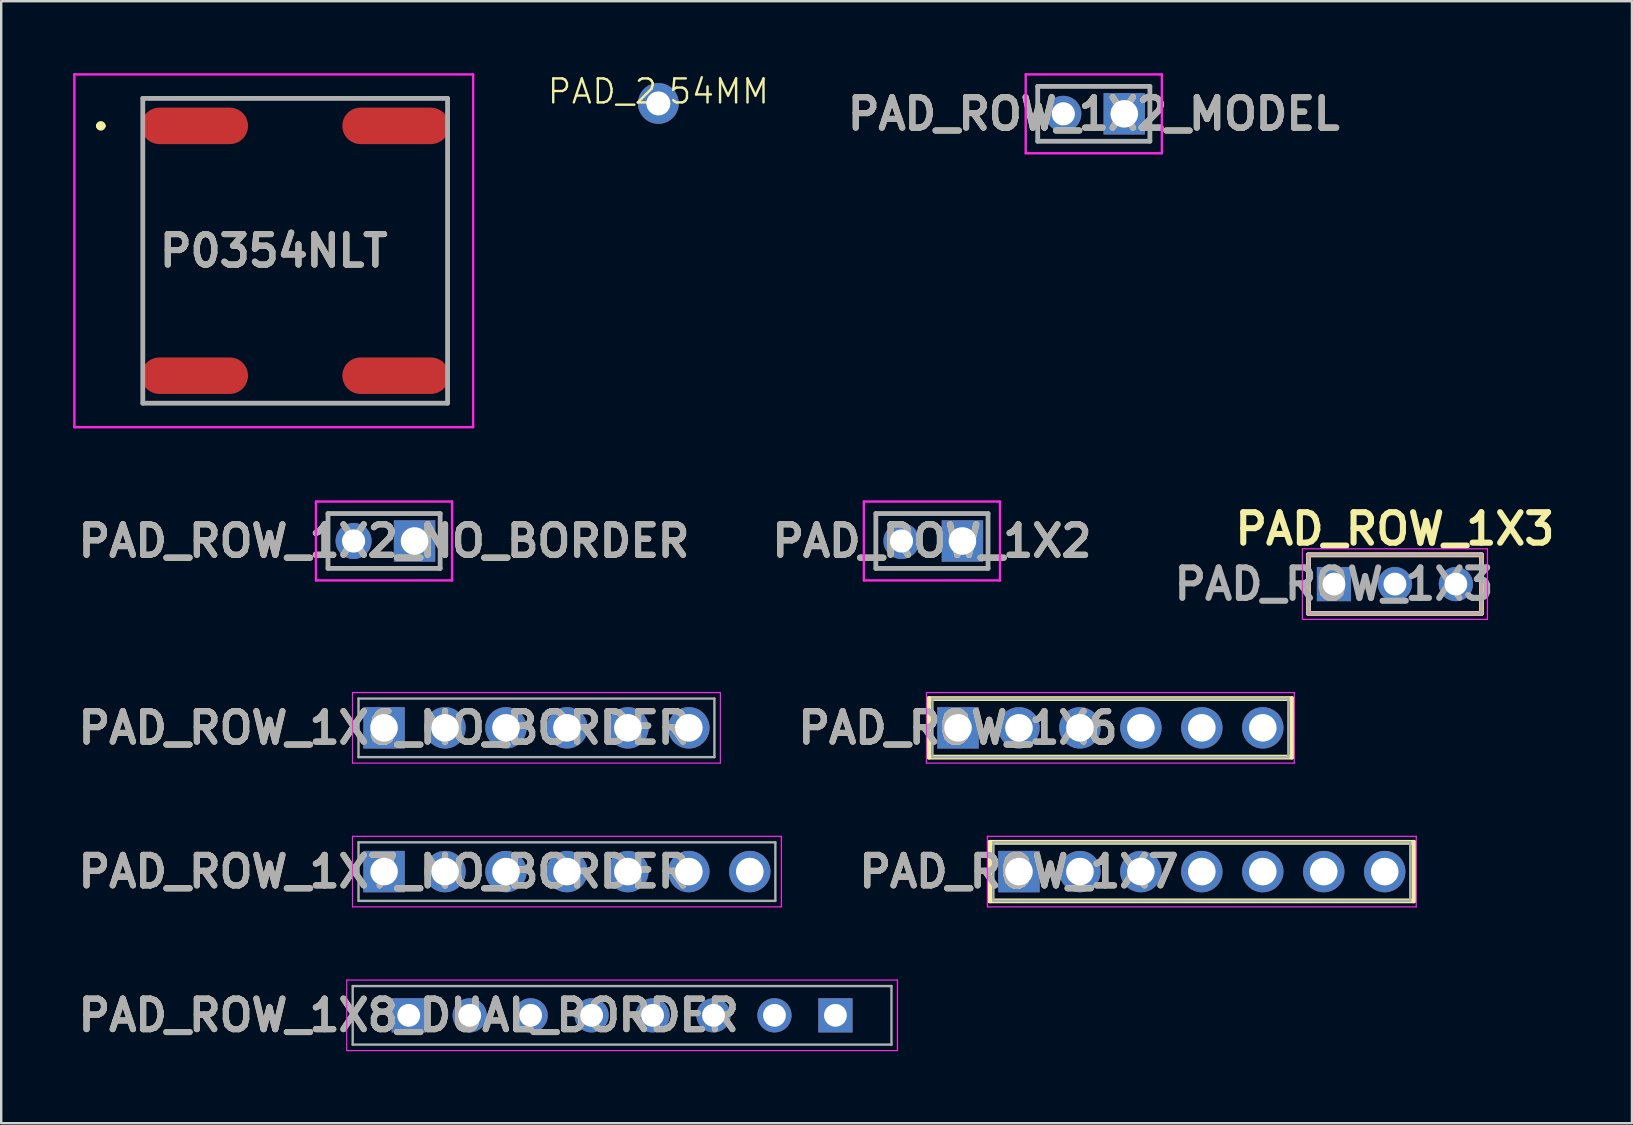
<source format=kicad_pcb>
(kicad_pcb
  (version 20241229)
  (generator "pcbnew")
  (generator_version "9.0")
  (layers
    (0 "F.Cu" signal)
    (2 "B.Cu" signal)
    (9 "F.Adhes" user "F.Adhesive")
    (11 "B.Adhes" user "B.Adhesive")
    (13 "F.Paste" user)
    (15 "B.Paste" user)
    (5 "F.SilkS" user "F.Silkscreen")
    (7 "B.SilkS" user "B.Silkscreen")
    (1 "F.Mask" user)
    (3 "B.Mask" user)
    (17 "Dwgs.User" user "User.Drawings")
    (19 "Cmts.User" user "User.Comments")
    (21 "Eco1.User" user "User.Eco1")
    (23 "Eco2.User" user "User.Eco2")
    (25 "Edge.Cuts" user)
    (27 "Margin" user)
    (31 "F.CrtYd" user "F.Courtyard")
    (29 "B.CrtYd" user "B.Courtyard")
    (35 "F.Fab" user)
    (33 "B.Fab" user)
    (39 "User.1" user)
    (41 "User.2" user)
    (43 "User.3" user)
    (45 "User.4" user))
  (footprint "PAD_ROW_1X3"
    (layer "F.Cu")
    (at 52.536 21.289)
    (property "Reference" "PAD_ROW_1X3" (at 2.54 -2.3 0) (layer "F.SilkS") (effects (font (size 1.27 1.27) (thickness 0.254))))
    (attr through_hole)
    (fp_line (start -1.065 -1.22) (end -1.065 1.22) (stroke (width 0.2) (type solid)) (layer "F.SilkS"))
    (fp_line (start -1.065 1.22) (end 6.145 1.22) (stroke (width 0.2) (type solid)) (layer "F.SilkS"))
    (fp_line (start 6.145 -1.22) (end -1.065 -1.22) (stroke (width 0.2) (type solid)) (layer "F.SilkS"))
    (fp_line (start 6.145 1.22) (end 6.145 -1.22) (stroke (width 0.2) (type solid)) (layer "F.SilkS"))
    (fp_line (start -1.065 -1.22) (end 6.145 -1.22) (stroke (width 0.2) (type solid)) (layer "B.SilkS"))
    (fp_line (start -1.065 1.22) (end -1.065 -1.22) (stroke (width 0.2) (type solid)) (layer "B.SilkS"))
    (fp_line (start -1.065 1.22) (end 6.145 1.22) (stroke (width 0.2) (type solid)) (layer "B.SilkS"))
    (fp_line (start 6.145 1.22) (end 6.145 -1.22) (stroke (width 0.2) (type solid)) (layer "B.SilkS"))
    (fp_line (start -1.315 -1.47) (end 6.395 -1.47) (stroke (width 0.05) (type solid)) (layer "F.CrtYd"))
    (fp_line (start -1.315 1.47) (end -1.315 -1.47) (stroke (width 0.05) (type solid)) (layer "F.CrtYd"))
    (fp_line (start 6.395 -1.47) (end 6.395 1.47) (stroke (width 0.05) (type solid)) (layer "F.CrtYd"))
    (fp_line (start 6.395 1.47) (end -1.315 1.47) (stroke (width 0.05) (type solid)) (layer "F.CrtYd"))
    (fp_line (start -1.065 -1.22) (end 6.145 -1.22) (stroke (width 0.1) (type solid)) (layer "F.Fab"))
    (fp_line (start -1.065 1.22) (end -1.065 -1.22) (stroke (width 0.1) (type solid)) (layer "F.Fab"))
    (fp_line (start 6.145 -1.22) (end 6.145 1.22) (stroke (width 0.1) (type solid)) (layer "F.Fab"))
    (fp_line (start 6.145 1.22) (end -1.065 1.22) (stroke (width 0.1) (type solid)) (layer "F.Fab"))
    (fp_text user "${REFERENCE}" (at 0 0 0) (layer "F.Fab") (effects (font (size 1.27 1.27) (thickness 0.254))))
    (pad "1" thru_hole rect (at 0 0) (size 1.425 1.425) (drill 0.95) (layers "*.Cu" "*.Mask"))
    (pad "2" thru_hole circle (at 2.54 0) (size 1.425 1.425) (drill 0.95) (layers "*.Cu" "*.Mask"))
    (pad "3" thru_hole circle (at 5.08 0) (size 1.425 1.425) (drill 0.95) (layers "*.Cu" "*.Mask")))
  (footprint "P0354NLT"
    (layer "F.Cu")
    (at 9.25 7.4)
    (property "Reference" "P0354NLT" (at -0.892 0 0) (layer "F.SilkS") (effects (font (size 1.27 1.27) (thickness 0.254))))
    (attr smd)
    (fp_line (start -8.2 -5.205) (end -8.2 -5.205) (stroke (width 0.2) (type solid)) (layer "F.SilkS"))
    (fp_line (start -8 -5.205) (end -8 -5.205) (stroke (width 0.2) (type solid)) (layer "F.SilkS"))
    (fp_line (start -6.35 -4) (end -6.35 4) (stroke (width 0.1) (type solid)) (layer "F.SilkS"))
    (fp_line (start 6.35 -4) (end 6.35 4) (stroke (width 0.1) (type solid)) (layer "F.SilkS"))
    (fp_arc (start -8.2 -5.205) (mid -8.1 -5.305) (end -8 -5.205) (stroke (width 0.2) (type solid)) (layer "F.SilkS"))
    (fp_arc (start -8 -5.205) (mid -8.1 -5.105) (end -8.2 -5.205) (stroke (width 0.2) (type solid)) (layer "F.SilkS"))
    (fp_line (start -9.2 -7.35) (end 7.415 -7.35) (stroke (width 0.1) (type solid)) (layer "F.CrtYd"))
    (fp_line (start -9.2 7.35) (end -9.2 -7.35) (stroke (width 0.1) (type solid)) (layer "F.CrtYd"))
    (fp_line (start 7.415 -7.35) (end 7.415 7.35) (stroke (width 0.1) (type solid)) (layer "F.CrtYd"))
    (fp_line (start 7.415 7.35) (end -9.2 7.35) (stroke (width 0.1) (type solid)) (layer "F.CrtYd"))
    (fp_line (start -6.35 -6.35) (end 6.35 -6.35) (stroke (width 0.2) (type solid)) (layer "F.Fab"))
    (fp_line (start -6.35 6.35) (end -6.35 -6.35) (stroke (width 0.2) (type solid)) (layer "F.Fab"))
    (fp_line (start 6.35 -6.35) (end 6.35 6.35) (stroke (width 0.2) (type solid)) (layer "F.Fab"))
    (fp_line (start 6.35 6.35) (end -6.35 6.35) (stroke (width 0.2) (type solid)) (layer "F.Fab"))
    (fp_text user "${REFERENCE}" (at -0.892 0 0) (layer "F.Fab") (effects (font (size 1.27 1.27) (thickness 0.254))))
    (pad "1" smd oval (at -4.19 -5.205 90) (size 1.52 4.45) (layers "F.Cu" "F.Mask" "F.Paste"))
    (pad "2" smd oval (at -4.19 5.205 90) (size 1.52 4.45) (layers "F.Cu" "F.Mask" "F.Paste"))
    (pad "3" smd oval (at 4.19 -5.205 90) (size 1.52 4.45) (layers "F.Cu" "F.Mask" "F.Paste"))
    (pad "4" smd oval (at 4.19 5.205 90) (size 1.52 4.45) (layers "F.Cu" "F.Mask" "F.Paste")))
  (footprint "PAD_ROW_1X8_DUAL_BORDER"
    (layer "F.Cu")
    (at 13.982 39.259)
    (property "Reference" "PAD_ROW_1X8_DUAL_BORDER" (at 0 0 0) (layer "F.SilkS") (effects (font (size 1.27 1.27) (thickness 0.254))))
    (attr through_hole)
    (fp_line (start -2.585 -1.47) (end 20.365 -1.47) (stroke (width 0.05) (type solid)) (layer "F.CrtYd"))
    (fp_line (start -2.585 1.47) (end -2.585 -1.47) (stroke (width 0.05) (type solid)) (layer "F.CrtYd"))
    (fp_line (start 20.365 -1.47) (end 20.365 1.47) (stroke (width 0.05) (type solid)) (layer "F.CrtYd"))
    (fp_line (start 20.365 1.47) (end -2.585 1.47) (stroke (width 0.05) (type solid)) (layer "F.CrtYd"))
    (fp_line (start -2.335 -1.22) (end 20.115 -1.22) (stroke (width 0.1) (type solid)) (layer "F.Fab"))
    (fp_line (start -2.335 1.22) (end -2.335 -1.22) (stroke (width 0.1) (type solid)) (layer "F.Fab"))
    (fp_line (start 20.115 -1.22) (end 20.115 1.22) (stroke (width 0.1) (type solid)) (layer "F.Fab"))
    (fp_line (start 20.115 1.22) (end -2.335 1.22) (stroke (width 0.1) (type solid)) (layer "F.Fab"))
    (fp_text user "${REFERENCE}" (at 0 0 0) (layer "F.Fab") (effects (font (size 1.27 1.27) (thickness 0.254))))
    (pad "1" thru_hole rect (at 0 0) (size 1.425 1.425) (drill 0.95) (layers "*.Cu" "*.Mask"))
    (pad "2" thru_hole circle (at 2.54 0) (size 1.425 1.425) (drill 0.95) (layers "*.Cu" "*.Mask"))
    (pad "3" thru_hole circle (at 5.08 0) (size 1.425 1.425) (drill 0.95) (layers "*.Cu" "*.Mask"))
    (pad "4" thru_hole circle (at 7.62 0) (size 1.425 1.425) (drill 0.95) (layers "*.Cu" "*.Mask"))
    (pad "5" thru_hole circle (at 10.16 0) (size 1.425 1.425) (drill 0.95) (layers "*.Cu" "*.Mask"))
    (pad "6" thru_hole circle (at 12.7 0) (size 1.425 1.425) (drill 0.95) (layers "*.Cu" "*.Mask"))
    (pad "7" thru_hole circle (at 15.24 0) (size 1.425 1.425) (drill 0.95) (layers "*.Cu" "*.Mask"))
    (pad "8" thru_hole rect (at 17.78 0) (size 1.425 1.425) (drill 0.95) (layers "*.Cu" "*.Mask")))
  (footprint "PAD_ROW_1X2"
    (layer "F.Cu")
    (at 34.514 19.493)
    (property "Reference" "PAD_ROW_1X2" (at 1.27 0 0) (layer "F.SilkS") (effects (font (size 1.27 1.27) (thickness 0.254))))
    (attr through_hole)
    (fp_line (start -1.067 -1.143) (end 3.607 -1.143) (stroke (width 0.1) (type solid)) (layer "F.SilkS"))
    (fp_line (start -1.067 1.143) (end -1.067 -1.143) (stroke (width 0.1) (type solid)) (layer "F.SilkS"))
    (fp_line (start 3.607 -1.143) (end 3.607 1.143) (stroke (width 0.1) (type solid)) (layer "F.SilkS"))
    (fp_line (start 3.607 1.143) (end -1.067 1.143) (stroke (width 0.1) (type solid)) (layer "F.SilkS"))
    (fp_line (start -1.067 -1.143) (end -1.067 1.143) (stroke (width 0.1) (type default)) (layer "B.SilkS"))
    (fp_line (start -1.067 -1.143) (end 3.607 -1.143) (stroke (width 0.1) (type default)) (layer "B.SilkS"))
    (fp_line (start -1.067 1.143) (end 3.607 1.143) (stroke (width 0.1) (type default)) (layer "B.SilkS"))
    (fp_line (start 3.607 -1.143) (end 3.607 1.143) (stroke (width 0.1) (type default)) (layer "B.SilkS"))
    (fp_line (start -1.567 -1.643) (end 4.107 -1.643) (stroke (width 0.1) (type solid)) (layer "F.CrtYd"))
    (fp_line (start -1.567 1.643) (end -1.567 -1.643) (stroke (width 0.1) (type solid)) (layer "F.CrtYd"))
    (fp_line (start 4.107 -1.643) (end 4.107 1.643) (stroke (width 0.1) (type solid)) (layer "F.CrtYd"))
    (fp_line (start 4.107 1.643) (end -1.567 1.643) (stroke (width 0.1) (type solid)) (layer "F.CrtYd"))
    (fp_line (start -1.067 -1.143) (end 3.607 -1.143) (stroke (width 0.2) (type solid)) (layer "F.Fab"))
    (fp_line (start -1.067 1.143) (end -1.067 -1.143) (stroke (width 0.2) (type solid)) (layer "F.Fab"))
    (fp_line (start 3.607 -1.143) (end 3.607 1.143) (stroke (width 0.2) (type solid)) (layer "F.Fab"))
    (fp_line (start 3.607 1.143) (end -1.067 1.143) (stroke (width 0.2) (type solid)) (layer "F.Fab"))
    (fp_text user "${REFERENCE}" (at 1.27 0 0) (layer "F.Fab") (effects (font (size 1.27 1.27) (thickness 0.254))))
    (pad "1" thru_hole circle (at 0 0) (size 1.501 1.501) (drill 0.965) (layers "*.Cu" "*.Mask"))
    (pad "2" thru_hole rect (at 2.54 0) (size 1.725 1.725) (drill 1.15) (layers "*.Cu" "*.Mask")))
  (footprint "PAD_ROW_1X2_NO_BORDER"
    (layer "F.Cu")
    (at 11.684 19.493)
    (property "Reference" "PAD_ROW_1X2_NO_BORDER" (at 1.27 0 0) (layer "F.SilkS") (effects (font (size 1.27 1.27) (thickness 0.254))))
    (attr through_hole)
    (fp_line (start -1.567 -1.643) (end 4.107 -1.643) (stroke (width 0.1) (type solid)) (layer "F.CrtYd"))
    (fp_line (start -1.567 1.643) (end -1.567 -1.643) (stroke (width 0.1) (type solid)) (layer "F.CrtYd"))
    (fp_line (start 4.107 -1.643) (end 4.107 1.643) (stroke (width 0.1) (type solid)) (layer "F.CrtYd"))
    (fp_line (start 4.107 1.643) (end -1.567 1.643) (stroke (width 0.1) (type solid)) (layer "F.CrtYd"))
    (fp_line (start -1.067 -1.143) (end 3.607 -1.143) (stroke (width 0.2) (type solid)) (layer "F.Fab"))
    (fp_line (start -1.067 1.143) (end -1.067 -1.143) (stroke (width 0.2) (type solid)) (layer "F.Fab"))
    (fp_line (start 3.607 -1.143) (end 3.607 1.143) (stroke (width 0.2) (type solid)) (layer "F.Fab"))
    (fp_line (start 3.607 1.143) (end -1.067 1.143) (stroke (width 0.2) (type solid)) (layer "F.Fab"))
    (fp_text user "${REFERENCE}" (at 1.27 0 0) (layer "F.Fab") (effects (font (size 1.27 1.27) (thickness 0.254))))
    (pad "1" thru_hole circle (at 0 0) (size 1.501 1.501) (drill 0.965) (layers "*.Cu" "*.Mask"))
    (pad "2" thru_hole rect (at 2.54 0) (size 1.725 1.725) (drill 1.15) (layers "*.Cu" "*.Mask")))
  (footprint "PAD_ROW_1X7"
    (layer "F.Cu")
    (at 39.41 33.269)
    (property "Reference" "PAD_ROW_1X7" (at 0 0 0) (layer "F.SilkS") (effects (font (size 1.27 1.27) (thickness 0.254))))
    (attr through_hole)
    (fp_line (start -1.212 -1.22) (end -1.212 1.22) (stroke (width 0.2) (type solid)) (layer "F.SilkS"))
    (fp_line (start -1.212 1.22) (end 16.453 1.22) (stroke (width 0.2) (type solid)) (layer "F.SilkS"))
    (fp_line (start 16.453 -1.22) (end -1.212 -1.22) (stroke (width 0.2) (type solid)) (layer "F.SilkS"))
    (fp_line (start 16.453 1.22) (end 16.453 -1.22) (stroke (width 0.2) (type solid)) (layer "F.SilkS"))
    (fp_line (start -1.315 -1.47) (end 16.555 -1.47) (stroke (width 0.05) (type solid)) (layer "F.CrtYd"))
    (fp_line (start -1.315 1.47) (end -1.315 -1.47) (stroke (width 0.05) (type solid)) (layer "F.CrtYd"))
    (fp_line (start 16.555 -1.47) (end 16.555 1.47) (stroke (width 0.05) (type solid)) (layer "F.CrtYd"))
    (fp_line (start 16.555 1.47) (end -1.315 1.47) (stroke (width 0.05) (type solid)) (layer "F.CrtYd"))
    (fp_line (start -1.065 -1.22) (end 16.305 -1.22) (stroke (width 0.1) (type solid)) (layer "F.Fab"))
    (fp_line (start -1.065 1.22) (end -1.065 -1.22) (stroke (width 0.1) (type solid)) (layer "F.Fab"))
    (fp_line (start 16.305 -1.22) (end 16.305 1.22) (stroke (width 0.1) (type solid)) (layer "F.Fab"))
    (fp_line (start 16.305 1.22) (end -1.065 1.22) (stroke (width 0.1) (type solid)) (layer "F.Fab"))
    (fp_text user "${REFERENCE}" (at 0 0 0) (layer "F.Fab") (effects (font (size 1.27 1.27) (thickness 0.254))))
    (pad "1" thru_hole rect (at 0 0) (size 1.725 1.725) (drill 1.15) (layers "*.Cu" "*.Mask"))
    (pad "2" thru_hole circle (at 2.54 0) (size 1.725 1.725) (drill 1.15) (layers "*.Cu" "*.Mask"))
    (pad "3" thru_hole circle (at 5.08 0) (size 1.725 1.725) (drill 1.15) (layers "*.Cu" "*.Mask"))
    (pad "4" thru_hole circle (at 7.62 0) (size 1.725 1.725) (drill 1.15) (layers "*.Cu" "*.Mask"))
    (pad "5" thru_hole circle (at 10.16 0) (size 1.725 1.725) (drill 1.15) (layers "*.Cu" "*.Mask"))
    (pad "6" thru_hole circle (at 12.7 0) (size 1.725 1.725) (drill 1.15) (layers "*.Cu" "*.Mask"))
    (pad "7" thru_hole circle (at 15.24 0) (size 1.725 1.725) (drill 1.15) (layers "*.Cu" "*.Mask")))
  (footprint "PAD_2.54MM"
    (layer "F.Cu")
    (at 24.384 1.26)
    (property "Reference" "PAD_2.54MM" (at 0 -0.5 0) (unlocked yes) (layer "F.SilkS") (effects (font (size 1 1) (thickness 0.1))))
    (attr smd)
    (pad "1" thru_hole circle (at 0 0) (size 1.7 1.7) (drill 1) (layers "*.Cu" "*.Mask")))
  (footprint "PAD_ROW_1X6_NO_BORDER"
    (layer "F.Cu")
    (at 12.954 27.279)
    (property "Reference" "PAD_ROW_1X6_NO_BORDER" (at 0 0 0) (layer "F.SilkS") (effects (font (size 1.27 1.27) (thickness 0.254))))
    (attr through_hole)
    (fp_line (start -1.315 -1.47) (end 14.015 -1.47) (stroke (width 0.05) (type solid)) (layer "F.CrtYd"))
    (fp_line (start -1.315 1.47) (end -1.315 -1.47) (stroke (width 0.05) (type solid)) (layer "F.CrtYd"))
    (fp_line (start 14.015 -1.47) (end 14.015 1.47) (stroke (width 0.05) (type solid)) (layer "F.CrtYd"))
    (fp_line (start 14.015 1.47) (end -1.315 1.47) (stroke (width 0.05) (type solid)) (layer "F.CrtYd"))
    (fp_line (start -1.065 -1.22) (end 13.765 -1.22) (stroke (width 0.1) (type solid)) (layer "F.Fab"))
    (fp_line (start -1.065 1.22) (end -1.065 -1.22) (stroke (width 0.1) (type solid)) (layer "F.Fab"))
    (fp_line (start 13.765 -1.22) (end 13.765 1.22) (stroke (width 0.1) (type solid)) (layer "F.Fab"))
    (fp_line (start 13.765 1.22) (end -1.065 1.22) (stroke (width 0.1) (type solid)) (layer "F.Fab"))
    (fp_text user "${REFERENCE}" (at 0 0 0) (layer "F.Fab") (effects (font (size 1.27 1.27) (thickness 0.254))))
    (pad "1" thru_hole rect (at 0 0) (size 1.725 1.725) (drill 1.15) (layers "*.Cu" "*.Mask"))
    (pad "2" thru_hole circle (at 2.54 0) (size 1.725 1.725) (drill 1.15) (layers "*.Cu" "*.Mask"))
    (pad "3" thru_hole circle (at 5.08 0) (size 1.725 1.725) (drill 1.15) (layers "*.Cu" "*.Mask"))
    (pad "4" thru_hole circle (at 7.62 0) (size 1.725 1.725) (drill 1.15) (layers "*.Cu" "*.Mask"))
    (pad "5" thru_hole circle (at 10.16 0) (size 1.725 1.725) (drill 1.15) (layers "*.Cu" "*.Mask"))
    (pad "6" thru_hole circle (at 12.7 0) (size 1.725 1.725) (drill 1.15) (layers "*.Cu" "*.Mask")))
  (footprint "PAD_ROW_1X7_NO_BORDER"
    (layer "F.Cu")
    (at 12.954 33.269)
    (property "Reference" "PAD_ROW_1X7_NO_BORDER" (at 0 0 0) (layer "F.SilkS") (effects (font (size 1.27 1.27) (thickness 0.254))))
    (attr through_hole)
    (fp_line (start -1.315 -1.47) (end 16.555 -1.47) (stroke (width 0.05) (type solid)) (layer "F.CrtYd"))
    (fp_line (start -1.315 1.47) (end -1.315 -1.47) (stroke (width 0.05) (type solid)) (layer "F.CrtYd"))
    (fp_line (start 16.555 -1.47) (end 16.555 1.47) (stroke (width 0.05) (type solid)) (layer "F.CrtYd"))
    (fp_line (start 16.555 1.47) (end -1.315 1.47) (stroke (width 0.05) (type solid)) (layer "F.CrtYd"))
    (fp_line (start -1.065 -1.22) (end 16.305 -1.22) (stroke (width 0.1) (type solid)) (layer "F.Fab"))
    (fp_line (start -1.065 1.22) (end -1.065 -1.22) (stroke (width 0.1) (type solid)) (layer "F.Fab"))
    (fp_line (start 16.305 -1.22) (end 16.305 1.22) (stroke (width 0.1) (type solid)) (layer "F.Fab"))
    (fp_line (start 16.305 1.22) (end -1.065 1.22) (stroke (width 0.1) (type solid)) (layer "F.Fab"))
    (fp_text user "${REFERENCE}" (at 0 0 0) (layer "F.Fab") (effects (font (size 1.27 1.27) (thickness 0.254))))
    (pad "1" thru_hole rect (at 0 0) (size 1.725 1.725) (drill 1.15) (layers "*.Cu" "*.Mask"))
    (pad "2" thru_hole circle (at 2.54 0) (size 1.725 1.725) (drill 1.15) (layers "*.Cu" "*.Mask"))
    (pad "3" thru_hole circle (at 5.08 0) (size 1.725 1.725) (drill 1.15) (layers "*.Cu" "*.Mask"))
    (pad "4" thru_hole circle (at 7.62 0) (size 1.725 1.725) (drill 1.15) (layers "*.Cu" "*.Mask"))
    (pad "5" thru_hole circle (at 10.16 0) (size 1.725 1.725) (drill 1.15) (layers "*.Cu" "*.Mask"))
    (pad "6" thru_hole circle (at 12.7 0) (size 1.725 1.725) (drill 1.15) (layers "*.Cu" "*.Mask"))
    (pad "7" thru_hole circle (at 15.24 0) (size 1.725 1.725) (drill 1.15) (layers "*.Cu" "*.Mask")))
  (footprint "PAD_ROW_1X6"
    (layer "F.Cu")
    (at 36.87 27.279)
    (property "Reference" "PAD_ROW_1X6" (at 0 0 0) (layer "F.SilkS") (effects (font (size 1.27 1.27) (thickness 0.254))))
    (attr through_hole)
    (fp_line (start -1.212 -1.22) (end -1.212 1.22) (stroke (width 0.2) (type solid)) (layer "F.SilkS"))
    (fp_line (start -1.212 1.22) (end 13.913 1.22) (stroke (width 0.2) (type solid)) (layer "F.SilkS"))
    (fp_line (start 13.913 -1.22) (end -1.212 -1.22) (stroke (width 0.2) (type solid)) (layer "F.SilkS"))
    (fp_line (start 13.913 1.22) (end 13.913 -1.22) (stroke (width 0.2) (type solid)) (layer "F.SilkS"))
    (fp_line (start -1.315 -1.47) (end 14.015 -1.47) (stroke (width 0.05) (type solid)) (layer "F.CrtYd"))
    (fp_line (start -1.315 1.47) (end -1.315 -1.47) (stroke (width 0.05) (type solid)) (layer "F.CrtYd"))
    (fp_line (start 14.015 -1.47) (end 14.015 1.47) (stroke (width 0.05) (type solid)) (layer "F.CrtYd"))
    (fp_line (start 14.015 1.47) (end -1.315 1.47) (stroke (width 0.05) (type solid)) (layer "F.CrtYd"))
    (fp_line (start -1.065 -1.22) (end 13.765 -1.22) (stroke (width 0.1) (type solid)) (layer "F.Fab"))
    (fp_line (start -1.065 1.22) (end -1.065 -1.22) (stroke (width 0.1) (type solid)) (layer "F.Fab"))
    (fp_line (start 13.765 -1.22) (end 13.765 1.22) (stroke (width 0.1) (type solid)) (layer "F.Fab"))
    (fp_line (start 13.765 1.22) (end -1.065 1.22) (stroke (width 0.1) (type solid)) (layer "F.Fab"))
    (fp_text user "${REFERENCE}" (at 0 0 0) (layer "F.Fab") (effects (font (size 1.27 1.27) (thickness 0.254))))
    (pad "1" thru_hole rect (at 0 0) (size 1.725 1.725) (drill 1.15) (layers "*.Cu" "*.Mask"))
    (pad "2" thru_hole circle (at 2.54 0) (size 1.725 1.725) (drill 1.15) (layers "*.Cu" "*.Mask"))
    (pad "3" thru_hole circle (at 5.08 0) (size 1.725 1.725) (drill 1.15) (layers "*.Cu" "*.Mask"))
    (pad "4" thru_hole circle (at 7.62 0) (size 1.725 1.725) (drill 1.15) (layers "*.Cu" "*.Mask"))
    (pad "5" thru_hole circle (at 10.16 0) (size 1.725 1.725) (drill 1.15) (layers "*.Cu" "*.Mask"))
    (pad "6" thru_hole circle (at 12.7 0) (size 1.725 1.725) (drill 1.15) (layers "*.Cu" "*.Mask")))
  (footprint "PAD_ROW_1X2_MODEL"
    (layer "F.Cu")
    (at 41.258 1.693)
    (property "Reference" "PAD_ROW_1X2_MODEL" (at 1.27 0 0) (layer "F.SilkS") (effects (font (size 1.27 1.27) (thickness 0.254))))
    (attr through_hole)
    (fp_line (start -1.067 -1.143) (end 3.607 -1.143) (stroke (width 0.1) (type solid)) (layer "F.SilkS"))
    (fp_line (start -1.067 1.143) (end -1.067 -1.143) (stroke (width 0.1) (type solid)) (layer "F.SilkS"))
    (fp_line (start 3.607 -1.143) (end 3.607 1.143) (stroke (width 0.1) (type solid)) (layer "F.SilkS"))
    (fp_line (start 3.607 1.143) (end -1.067 1.143) (stroke (width 0.1) (type solid)) (layer "F.SilkS"))
    (fp_line (start -1.067 -1.143) (end -1.067 1.143) (stroke (width 0.1) (type default)) (layer "B.SilkS"))
    (fp_line (start -1.067 -1.143) (end 3.607 -1.143) (stroke (width 0.1) (type default)) (layer "B.SilkS"))
    (fp_line (start -1.067 1.143) (end 3.607 1.143) (stroke (width 0.1) (type default)) (layer "B.SilkS"))
    (fp_line (start 3.607 -1.143) (end 3.607 1.143) (stroke (width 0.1) (type default)) (layer "B.SilkS"))
    (fp_line (start -1.567 -1.643) (end 4.107 -1.643) (stroke (width 0.1) (type solid)) (layer "F.CrtYd"))
    (fp_line (start -1.567 1.643) (end -1.567 -1.643) (stroke (width 0.1) (type solid)) (layer "F.CrtYd"))
    (fp_line (start 4.107 -1.643) (end 4.107 1.643) (stroke (width 0.1) (type solid)) (layer "F.CrtYd"))
    (fp_line (start 4.107 1.643) (end -1.567 1.643) (stroke (width 0.1) (type solid)) (layer "F.CrtYd"))
    (fp_line (start -1.067 -1.143) (end 3.607 -1.143) (stroke (width 0.2) (type solid)) (layer "F.Fab"))
    (fp_line (start -1.067 1.143) (end -1.067 -1.143) (stroke (width 0.2) (type solid)) (layer "F.Fab"))
    (fp_line (start 3.607 -1.143) (end 3.607 1.143) (stroke (width 0.2) (type solid)) (layer "F.Fab"))
    (fp_line (start 3.607 1.143) (end -1.067 1.143) (stroke (width 0.2) (type solid)) (layer "F.Fab"))
    (fp_text user "${REFERENCE}" (at 1.27 0 0) (layer "F.Fab") (effects (font (size 1.27 1.27) (thickness 0.254))))
    (pad "1" thru_hole circle (at 0 0) (size 1.501 1.501) (drill 0.965) (layers "*.Cu" "*.Mask"))
    (pad "2" thru_hole rect (at 2.54 0) (size 1.725 1.725) (drill 1.15) (layers "*.Cu" "*.Mask")))
  (gr_rect
    (start -3 -3)
    (end 64.953 43.754)
    (stroke (width 0.1) (type default))
    (fill no)
    (layer "Edge.Cuts")))
</source>
